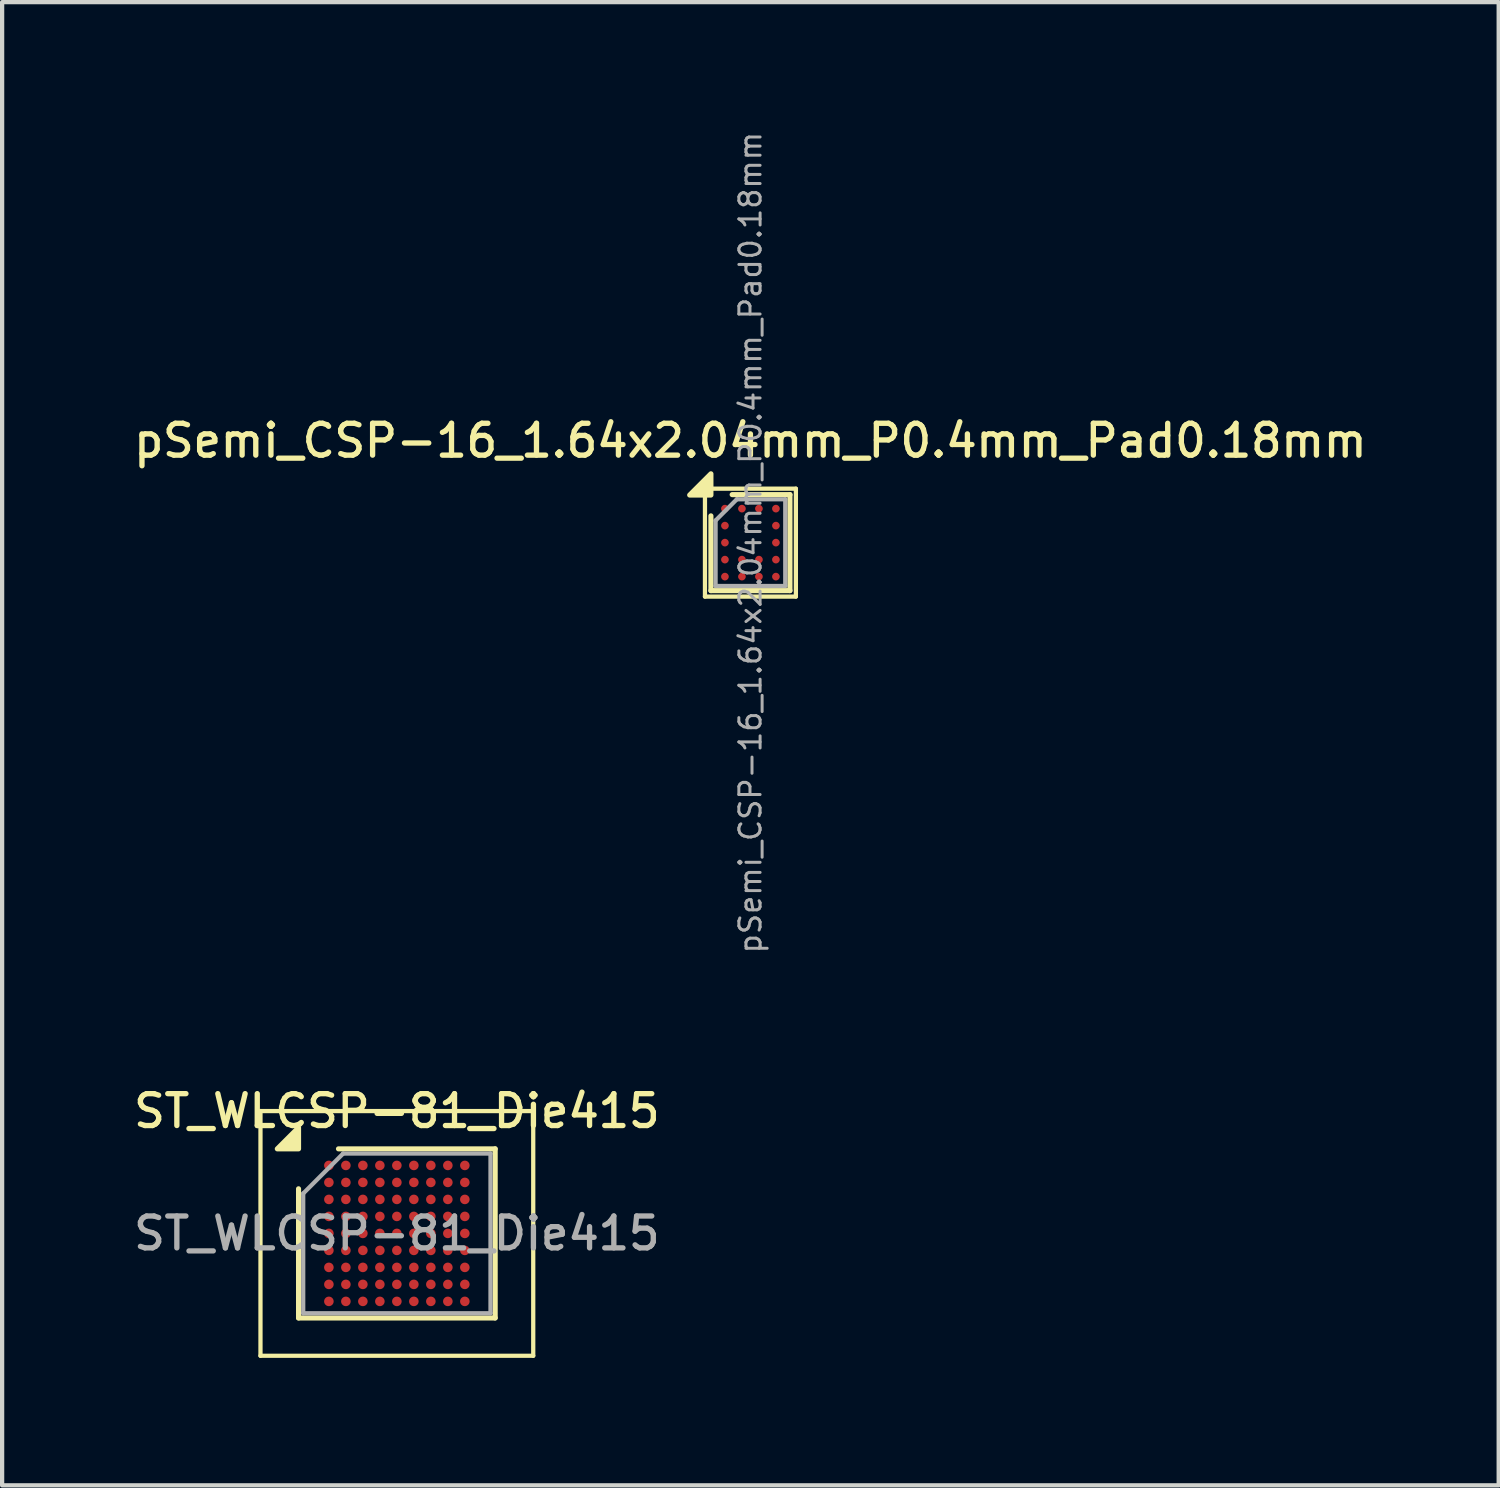
<source format=kicad_pcb>
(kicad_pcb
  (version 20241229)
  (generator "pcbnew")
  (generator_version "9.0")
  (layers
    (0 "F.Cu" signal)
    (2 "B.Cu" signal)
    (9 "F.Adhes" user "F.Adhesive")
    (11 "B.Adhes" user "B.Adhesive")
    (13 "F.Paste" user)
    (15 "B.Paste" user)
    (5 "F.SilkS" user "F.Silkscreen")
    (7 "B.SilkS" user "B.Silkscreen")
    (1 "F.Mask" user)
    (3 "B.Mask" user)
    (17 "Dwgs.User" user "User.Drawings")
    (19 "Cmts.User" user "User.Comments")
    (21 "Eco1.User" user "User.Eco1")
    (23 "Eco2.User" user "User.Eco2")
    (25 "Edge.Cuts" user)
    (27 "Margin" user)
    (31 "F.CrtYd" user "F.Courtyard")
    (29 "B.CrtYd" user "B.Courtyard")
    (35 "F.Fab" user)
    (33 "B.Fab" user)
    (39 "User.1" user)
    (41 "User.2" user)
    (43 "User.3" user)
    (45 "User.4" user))
  (footprint "pSemi_CSP-16_1.64x2.04mm_P0.4mm_Pad0.18mm"
    (layer "F.Cu")
    (at 14.613 9.722)
    (property "Reference" "pSemi_CSP-16_1.64x2.04mm_P0.4mm_Pad0.18mm" (at 0 -2.4 0) (layer "F.SilkS") (effects (font (size 0.75 0.75) (thickness 0.125))))
    (attr smd)
    (fp_line (start -1.07 -1.27) (end -1.07 1.27) (stroke (width 0.1) (type solid)) (layer "F.SilkS"))
    (fp_line (start -0.93 -0.63) (end -0.93 1.13) (stroke (width 0.12) (type solid)) (layer "F.SilkS"))
    (fp_line (start 0.93 -1.13) (end -0.43 -1.13) (stroke (width 0.12) (type solid)) (layer "F.SilkS"))
    (fp_line (start 0.93 -1.13) (end 0.93 1.13) (stroke (width 0.12) (type solid)) (layer "F.SilkS"))
    (fp_line (start 0.93 1.13) (end -0.93 1.13) (stroke (width 0.12) (type solid)) (layer "F.SilkS"))
    (fp_line (start 1.07 -1.27) (end -1.07 -1.27) (stroke (width 0.1) (type solid)) (layer "F.SilkS"))
    (fp_line (start 1.07 -1.27) (end 1.07 1.27) (stroke (width 0.1) (type solid)) (layer "F.SilkS"))
    (fp_line (start 1.07 1.27) (end -1.07 1.27) (stroke (width 0.1) (type solid)) (layer "F.SilkS"))
    (fp_poly (pts (xy -0.93 -1.12) (xy -1.43 -1.12) (xy -0.93 -1.62) (xy -0.93 -1.12)) (stroke (width 0.12) (type solid)) (fill yes) (layer "F.SilkS"))
    (fp_line (start -0.82 1.02) (end -0.82 -0.52) (stroke (width 0.1) (type solid)) (layer "F.Fab"))
    (fp_line (start -0.32 -1.02) (end -0.82 -0.52) (stroke (width 0.1) (type solid)) (layer "F.Fab"))
    (fp_line (start -0.32 -1.02) (end 0.82 -1.02) (stroke (width 0.1) (type solid)) (layer "F.Fab"))
    (fp_line (start 0.82 -1.02) (end 0.82 1.02) (stroke (width 0.1) (type solid)) (layer "F.Fab"))
    (fp_line (start 0.82 1.02) (end -0.82 1.02) (stroke (width 0.1) (type solid)) (layer "F.Fab"))
    (fp_text user "${REFERENCE}" (at 0 0 90) (layer "F.Fab") (effects (font (size 0.5 0.5) (thickness 0.07))))
    (pad "1" smd circle (at -0.6 -0.8) (size 0.18 0.18) (property pad_prop_bga) (layers "F.Cu" "F.Mask" "F.Paste"))
    (pad "2" smd circle (at -0.6 -0.4) (size 0.18 0.18) (property pad_prop_bga) (layers "F.Cu" "F.Mask" "F.Paste"))
    (pad "3" smd circle (at -0.6 0) (size 0.18 0.18) (property pad_prop_bga) (layers "F.Cu" "F.Mask" "F.Paste"))
    (pad "4" smd circle (at -0.6 0.4) (size 0.18 0.18) (property pad_prop_bga) (layers "F.Cu" "F.Mask" "F.Paste"))
    (pad "5" smd circle (at -0.6 0.8) (size 0.18 0.18) (property pad_prop_bga) (layers "F.Cu" "F.Mask" "F.Paste"))
    (pad "6" smd circle (at -0.2 -0.8) (size 0.18 0.18) (property pad_prop_bga) (layers "F.Cu" "F.Mask" "F.Paste"))
    (pad "7" smd circle (at -0.2 0.4) (size 0.18 0.18) (property pad_prop_bga) (layers "F.Cu" "F.Mask" "F.Paste"))
    (pad "8" smd circle (at -0.2 0.8) (size 0.18 0.18) (property pad_prop_bga) (layers "F.Cu" "F.Mask" "F.Paste"))
    (pad "9" smd circle (at 0.2 -0.8) (size 0.18 0.18) (property pad_prop_bga) (layers "F.Cu" "F.Mask" "F.Paste"))
    (pad "10" smd circle (at 0.2 0.4) (size 0.18 0.18) (property pad_prop_bga) (layers "F.Cu" "F.Mask" "F.Paste"))
    (pad "11" smd circle (at 0.2 0.8) (size 0.18 0.18) (property pad_prop_bga) (layers "F.Cu" "F.Mask" "F.Paste"))
    (pad "12" smd circle (at 0.6 -0.8) (size 0.18 0.18) (property pad_prop_bga) (layers "F.Cu" "F.Mask" "F.Paste"))
    (pad "13" smd circle (at 0.6 -0.4) (size 0.18 0.18) (property pad_prop_bga) (layers "F.Cu" "F.Mask" "F.Paste"))
    (pad "14" smd circle (at 0.6 0) (size 0.18 0.18) (property pad_prop_bga) (layers "F.Cu" "F.Mask" "F.Paste"))
    (pad "15" smd circle (at 0.6 0.4) (size 0.18 0.18) (property pad_prop_bga) (layers "F.Cu" "F.Mask" "F.Paste"))
    (pad "16" smd circle (at 0.6 0.8) (size 0.18 0.18) (property pad_prop_bga) (layers "F.Cu" "F.Mask" "F.Paste")))
  (footprint "ST_WLCSP-81_Die415"
    (layer "F.Cu")
    (at 6.291 25.981)
    (property "Reference" "ST_WLCSP-81_Die415" (at 0 -2.88 0) (layer "F.SilkS") (effects (font (size 0.75 0.75) (thickness 0.125))))
    (attr smd)
    (fp_line (start -3.21 -2.88) (end -3.21 2.88) (stroke (width 0.1) (type solid)) (layer "F.SilkS"))
    (fp_line (start -3.21 2.88) (end 3.21 2.88) (stroke (width 0.1) (type solid)) (layer "F.SilkS"))
    (fp_line (start -2.314 1.99) (end -2.314 -1.05) (stroke (width 0.12) (type solid)) (layer "F.SilkS"))
    (fp_line (start -1.374 -1.99) (end 2.314 -1.99) (stroke (width 0.12) (type solid)) (layer "F.SilkS"))
    (fp_line (start 2.314 -1.99) (end 2.314 1.99) (stroke (width 0.12) (type solid)) (layer "F.SilkS"))
    (fp_line (start 2.314 1.99) (end -2.314 1.99) (stroke (width 0.12) (type solid)) (layer "F.SilkS"))
    (fp_line (start 3.21 -2.88) (end -3.21 -2.88) (stroke (width 0.1) (type solid)) (layer "F.SilkS"))
    (fp_line (start 3.21 2.88) (end 3.21 -2.88) (stroke (width 0.1) (type solid)) (layer "F.SilkS"))
    (fp_poly (pts (xy -2.314 -1.99) (xy -2.814 -1.99) (xy -2.314 -2.49) (xy -2.314 -1.99)) (stroke (width 0.12) (type solid)) (fill yes) (layer "F.SilkS"))
    (fp_line (start -2.204 -0.94) (end -1.264 -1.88) (stroke (width 0.1) (type solid)) (layer "F.Fab"))
    (fp_line (start -2.204 1.88) (end -2.204 -0.94) (stroke (width 0.1) (type solid)) (layer "F.Fab"))
    (fp_line (start -1.264 -1.88) (end 2.204 -1.88) (stroke (width 0.1) (type solid)) (layer "F.Fab"))
    (fp_line (start 2.204 -1.88) (end 2.204 1.88) (stroke (width 0.1) (type solid)) (layer "F.Fab"))
    (fp_line (start 2.204 1.88) (end -2.204 1.88) (stroke (width 0.1) (type solid)) (layer "F.Fab"))
    (fp_text user "${REFERENCE}" (at 0 0 0) (layer "F.Fab") (effects (font (size 0.75 0.75) (thickness 0.125))))
    (pad "A1" smd circle (at -1.6 -1.6) (size 0.225 0.225) (property pad_prop_bga) (layers "F.Cu" "F.Mask" "F.Paste"))
    (pad "A2" smd circle (at -1.2 -1.6) (size 0.225 0.225) (property pad_prop_bga) (layers "F.Cu" "F.Mask" "F.Paste"))
    (pad "A3" smd circle (at -0.8 -1.6) (size 0.225 0.225) (property pad_prop_bga) (layers "F.Cu" "F.Mask" "F.Paste"))
    (pad "A4" smd circle (at -0.4 -1.6) (size 0.225 0.225) (property pad_prop_bga) (layers "F.Cu" "F.Mask" "F.Paste"))
    (pad "A5" smd circle (at 0 -1.6) (size 0.225 0.225) (property pad_prop_bga) (layers "F.Cu" "F.Mask" "F.Paste"))
    (pad "A6" smd circle (at 0.4 -1.6) (size 0.225 0.225) (property pad_prop_bga) (layers "F.Cu" "F.Mask" "F.Paste"))
    (pad "A7" smd circle (at 0.8 -1.6) (size 0.225 0.225) (property pad_prop_bga) (layers "F.Cu" "F.Mask" "F.Paste"))
    (pad "A8" smd circle (at 1.2 -1.6) (size 0.225 0.225) (property pad_prop_bga) (layers "F.Cu" "F.Mask" "F.Paste"))
    (pad "A9" smd circle (at 1.6 -1.6) (size 0.225 0.225) (property pad_prop_bga) (layers "F.Cu" "F.Mask" "F.Paste"))
    (pad "B1" smd circle (at -1.6 -1.2) (size 0.225 0.225) (property pad_prop_bga) (layers "F.Cu" "F.Mask" "F.Paste"))
    (pad "B2" smd circle (at -1.2 -1.2) (size 0.225 0.225) (property pad_prop_bga) (layers "F.Cu" "F.Mask" "F.Paste"))
    (pad "B3" smd circle (at -0.8 -1.2) (size 0.225 0.225) (property pad_prop_bga) (layers "F.Cu" "F.Mask" "F.Paste"))
    (pad "B4" smd circle (at -0.4 -1.2) (size 0.225 0.225) (property pad_prop_bga) (layers "F.Cu" "F.Mask" "F.Paste"))
    (pad "B5" smd circle (at 0 -1.2) (size 0.225 0.225) (property pad_prop_bga) (layers "F.Cu" "F.Mask" "F.Paste"))
    (pad "B6" smd circle (at 0.4 -1.2) (size 0.225 0.225) (property pad_prop_bga) (layers "F.Cu" "F.Mask" "F.Paste"))
    (pad "B7" smd circle (at 0.8 -1.2) (size 0.225 0.225) (property pad_prop_bga) (layers "F.Cu" "F.Mask" "F.Paste"))
    (pad "B8" smd circle (at 1.2 -1.2) (size 0.225 0.225) (property pad_prop_bga) (layers "F.Cu" "F.Mask" "F.Paste"))
    (pad "B9" smd circle (at 1.6 -1.2) (size 0.225 0.225) (property pad_prop_bga) (layers "F.Cu" "F.Mask" "F.Paste"))
    (pad "C1" smd circle (at -1.6 -0.8) (size 0.225 0.225) (property pad_prop_bga) (layers "F.Cu" "F.Mask" "F.Paste"))
    (pad "C2" smd circle (at -1.2 -0.8) (size 0.225 0.225) (property pad_prop_bga) (layers "F.Cu" "F.Mask" "F.Paste"))
    (pad "C3" smd circle (at -0.8 -0.8) (size 0.225 0.225) (property pad_prop_bga) (layers "F.Cu" "F.Mask" "F.Paste"))
    (pad "C4" smd circle (at -0.4 -0.8) (size 0.225 0.225) (property pad_prop_bga) (layers "F.Cu" "F.Mask" "F.Paste"))
    (pad "C5" smd circle (at 0 -0.8) (size 0.225 0.225) (property pad_prop_bga) (layers "F.Cu" "F.Mask" "F.Paste"))
    (pad "C6" smd circle (at 0.4 -0.8) (size 0.225 0.225) (property pad_prop_bga) (layers "F.Cu" "F.Mask" "F.Paste"))
    (pad "C7" smd circle (at 0.8 -0.8) (size 0.225 0.225) (property pad_prop_bga) (layers "F.Cu" "F.Mask" "F.Paste"))
    (pad "C8" smd circle (at 1.2 -0.8) (size 0.225 0.225) (property pad_prop_bga) (layers "F.Cu" "F.Mask" "F.Paste"))
    (pad "C9" smd circle (at 1.6 -0.8) (size 0.225 0.225) (property pad_prop_bga) (layers "F.Cu" "F.Mask" "F.Paste"))
    (pad "D1" smd circle (at -1.6 -0.4) (size 0.225 0.225) (property pad_prop_bga) (layers "F.Cu" "F.Mask" "F.Paste"))
    (pad "D2" smd circle (at -1.2 -0.4) (size 0.225 0.225) (property pad_prop_bga) (layers "F.Cu" "F.Mask" "F.Paste"))
    (pad "D3" smd circle (at -0.8 -0.4) (size 0.225 0.225) (property pad_prop_bga) (layers "F.Cu" "F.Mask" "F.Paste"))
    (pad "D4" smd circle (at -0.4 -0.4) (size 0.225 0.225) (property pad_prop_bga) (layers "F.Cu" "F.Mask" "F.Paste"))
    (pad "D5" smd circle (at 0 -0.4) (size 0.225 0.225) (property pad_prop_bga) (layers "F.Cu" "F.Mask" "F.Paste"))
    (pad "D6" smd circle (at 0.4 -0.4) (size 0.225 0.225) (property pad_prop_bga) (layers "F.Cu" "F.Mask" "F.Paste"))
    (pad "D7" smd circle (at 0.8 -0.4) (size 0.225 0.225) (property pad_prop_bga) (layers "F.Cu" "F.Mask" "F.Paste"))
    (pad "D8" smd circle (at 1.2 -0.4) (size 0.225 0.225) (property pad_prop_bga) (layers "F.Cu" "F.Mask" "F.Paste"))
    (pad "D9" smd circle (at 1.6 -0.4) (size 0.225 0.225) (property pad_prop_bga) (layers "F.Cu" "F.Mask" "F.Paste"))
    (pad "E1" smd circle (at -1.6 0) (size 0.225 0.225) (property pad_prop_bga) (layers "F.Cu" "F.Mask" "F.Paste"))
    (pad "E2" smd circle (at -1.2 0) (size 0.225 0.225) (property pad_prop_bga) (layers "F.Cu" "F.Mask" "F.Paste"))
    (pad "E3" smd circle (at -0.8 0) (size 0.225 0.225) (property pad_prop_bga) (layers "F.Cu" "F.Mask" "F.Paste"))
    (pad "E4" smd circle (at -0.4 0) (size 0.225 0.225) (property pad_prop_bga) (layers "F.Cu" "F.Mask" "F.Paste"))
    (pad "E5" smd circle (at 0 0) (size 0.225 0.225) (property pad_prop_bga) (layers "F.Cu" "F.Mask" "F.Paste"))
    (pad "E6" smd circle (at 0.4 0) (size 0.225 0.225) (property pad_prop_bga) (layers "F.Cu" "F.Mask" "F.Paste"))
    (pad "E7" smd circle (at 0.8 0) (size 0.225 0.225) (property pad_prop_bga) (layers "F.Cu" "F.Mask" "F.Paste"))
    (pad "E8" smd circle (at 1.2 0) (size 0.225 0.225) (property pad_prop_bga) (layers "F.Cu" "F.Mask" "F.Paste"))
    (pad "E9" smd circle (at 1.6 0) (size 0.225 0.225) (property pad_prop_bga) (layers "F.Cu" "F.Mask" "F.Paste"))
    (pad "F1" smd circle (at -1.6 0.4) (size 0.225 0.225) (property pad_prop_bga) (layers "F.Cu" "F.Mask" "F.Paste"))
    (pad "F2" smd circle (at -1.2 0.4) (size 0.225 0.225) (property pad_prop_bga) (layers "F.Cu" "F.Mask" "F.Paste"))
    (pad "F3" smd circle (at -0.8 0.4) (size 0.225 0.225) (property pad_prop_bga) (layers "F.Cu" "F.Mask" "F.Paste"))
    (pad "F4" smd circle (at -0.4 0.4) (size 0.225 0.225) (property pad_prop_bga) (layers "F.Cu" "F.Mask" "F.Paste"))
    (pad "F5" smd circle (at 0 0.4) (size 0.225 0.225) (property pad_prop_bga) (layers "F.Cu" "F.Mask" "F.Paste"))
    (pad "F6" smd circle (at 0.4 0.4) (size 0.225 0.225) (property pad_prop_bga) (layers "F.Cu" "F.Mask" "F.Paste"))
    (pad "F7" smd circle (at 0.8 0.4) (size 0.225 0.225) (property pad_prop_bga) (layers "F.Cu" "F.Mask" "F.Paste"))
    (pad "F8" smd circle (at 1.2 0.4) (size 0.225 0.225) (property pad_prop_bga) (layers "F.Cu" "F.Mask" "F.Paste"))
    (pad "F9" smd circle (at 1.6 0.4) (size 0.225 0.225) (property pad_prop_bga) (layers "F.Cu" "F.Mask" "F.Paste"))
    (pad "G1" smd circle (at -1.6 0.8) (size 0.225 0.225) (property pad_prop_bga) (layers "F.Cu" "F.Mask" "F.Paste"))
    (pad "G2" smd circle (at -1.2 0.8) (size 0.225 0.225) (property pad_prop_bga) (layers "F.Cu" "F.Mask" "F.Paste"))
    (pad "G3" smd circle (at -0.8 0.8) (size 0.225 0.225) (property pad_prop_bga) (layers "F.Cu" "F.Mask" "F.Paste"))
    (pad "G4" smd circle (at -0.4 0.8) (size 0.225 0.225) (property pad_prop_bga) (layers "F.Cu" "F.Mask" "F.Paste"))
    (pad "G5" smd circle (at 0 0.8) (size 0.225 0.225) (property pad_prop_bga) (layers "F.Cu" "F.Mask" "F.Paste"))
    (pad "G6" smd circle (at 0.4 0.8) (size 0.225 0.225) (property pad_prop_bga) (layers "F.Cu" "F.Mask" "F.Paste"))
    (pad "G7" smd circle (at 0.8 0.8) (size 0.225 0.225) (property pad_prop_bga) (layers "F.Cu" "F.Mask" "F.Paste"))
    (pad "G8" smd circle (at 1.2 0.8) (size 0.225 0.225) (property pad_prop_bga) (layers "F.Cu" "F.Mask" "F.Paste"))
    (pad "G9" smd circle (at 1.6 0.8) (size 0.225 0.225) (property pad_prop_bga) (layers "F.Cu" "F.Mask" "F.Paste"))
    (pad "H1" smd circle (at -1.6 1.2) (size 0.225 0.225) (property pad_prop_bga) (layers "F.Cu" "F.Mask" "F.Paste"))
    (pad "H2" smd circle (at -1.2 1.2) (size 0.225 0.225) (property pad_prop_bga) (layers "F.Cu" "F.Mask" "F.Paste"))
    (pad "H3" smd circle (at -0.8 1.2) (size 0.225 0.225) (property pad_prop_bga) (layers "F.Cu" "F.Mask" "F.Paste"))
    (pad "H4" smd circle (at -0.4 1.2) (size 0.225 0.225) (property pad_prop_bga) (layers "F.Cu" "F.Mask" "F.Paste"))
    (pad "H5" smd circle (at 0 1.2) (size 0.225 0.225) (property pad_prop_bga) (layers "F.Cu" "F.Mask" "F.Paste"))
    (pad "H6" smd circle (at 0.4 1.2) (size 0.225 0.225) (property pad_prop_bga) (layers "F.Cu" "F.Mask" "F.Paste"))
    (pad "H7" smd circle (at 0.8 1.2) (size 0.225 0.225) (property pad_prop_bga) (layers "F.Cu" "F.Mask" "F.Paste"))
    (pad "H8" smd circle (at 1.2 1.2) (size 0.225 0.225) (property pad_prop_bga) (layers "F.Cu" "F.Mask" "F.Paste"))
    (pad "H9" smd circle (at 1.6 1.2) (size 0.225 0.225) (property pad_prop_bga) (layers "F.Cu" "F.Mask" "F.Paste"))
    (pad "J1" smd circle (at -1.6 1.6) (size 0.225 0.225) (property pad_prop_bga) (layers "F.Cu" "F.Mask" "F.Paste"))
    (pad "J2" smd circle (at -1.2 1.6) (size 0.225 0.225) (property pad_prop_bga) (layers "F.Cu" "F.Mask" "F.Paste"))
    (pad "J3" smd circle (at -0.8 1.6) (size 0.225 0.225) (property pad_prop_bga) (layers "F.Cu" "F.Mask" "F.Paste"))
    (pad "J4" smd circle (at -0.4 1.6) (size 0.225 0.225) (property pad_prop_bga) (layers "F.Cu" "F.Mask" "F.Paste"))
    (pad "J5" smd circle (at 0 1.6) (size 0.225 0.225) (property pad_prop_bga) (layers "F.Cu" "F.Mask" "F.Paste"))
    (pad "J6" smd circle (at 0.4 1.6) (size 0.225 0.225) (property pad_prop_bga) (layers "F.Cu" "F.Mask" "F.Paste"))
    (pad "J7" smd circle (at 0.8 1.6) (size 0.225 0.225) (property pad_prop_bga) (layers "F.Cu" "F.Mask" "F.Paste"))
    (pad "J8" smd circle (at 1.2 1.6) (size 0.225 0.225) (property pad_prop_bga) (layers "F.Cu" "F.Mask" "F.Paste"))
    (pad "J9" smd circle (at 1.6 1.6) (size 0.225 0.225) (property pad_prop_bga) (layers "F.Cu" "F.Mask" "F.Paste")))
  (gr_rect
    (start -3 -3)
    (end 32.225 31.911)
    (stroke (width 0.1) (type default))
    (fill no)
    (layer "Edge.Cuts")))
</source>
